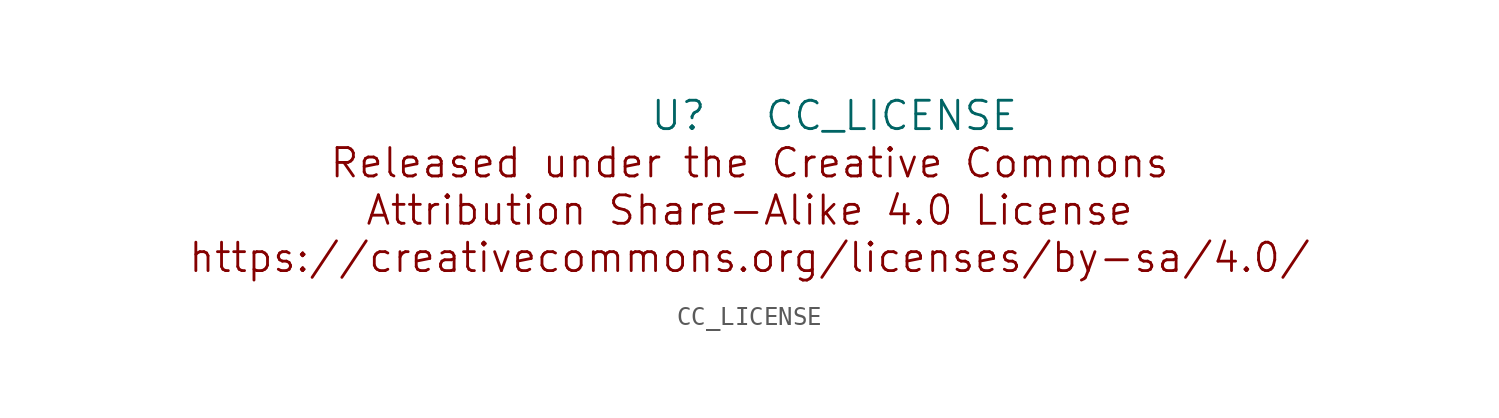
<source format=kicad_sym>
(kicad_symbol_lib
  (version 20220914)
  (generator kicad_symbol_editor)
  (symbol "CC_LICENSE"
    (pin_names
      (offset 1.016))
    (property "Reference" "U"
      (at -3.81 3.81 0)
      (effects (font (size 1.524 1.524))))
    (property "Value" "CC_LICENSE"
      (at 7.62 3.81 0)
      (effects (font (size 1.524 1.524))))
    (symbol "CC_LICENSE_0_0"
      (text "Attribution Share-Alike 4.0 License" (at 0 -1.27 0) (effects (font (size 1.524 1.524))))
      (text "https://creativecommons.org/licenses/by-sa/4.0/" (at 0 -3.81 0) (effects (font (size 1.524 1.524))))
      (text "Released under the Creative Commons" (at 0 1.27 0) (effects (font (size 1.524 1.524)))))))
</source>
